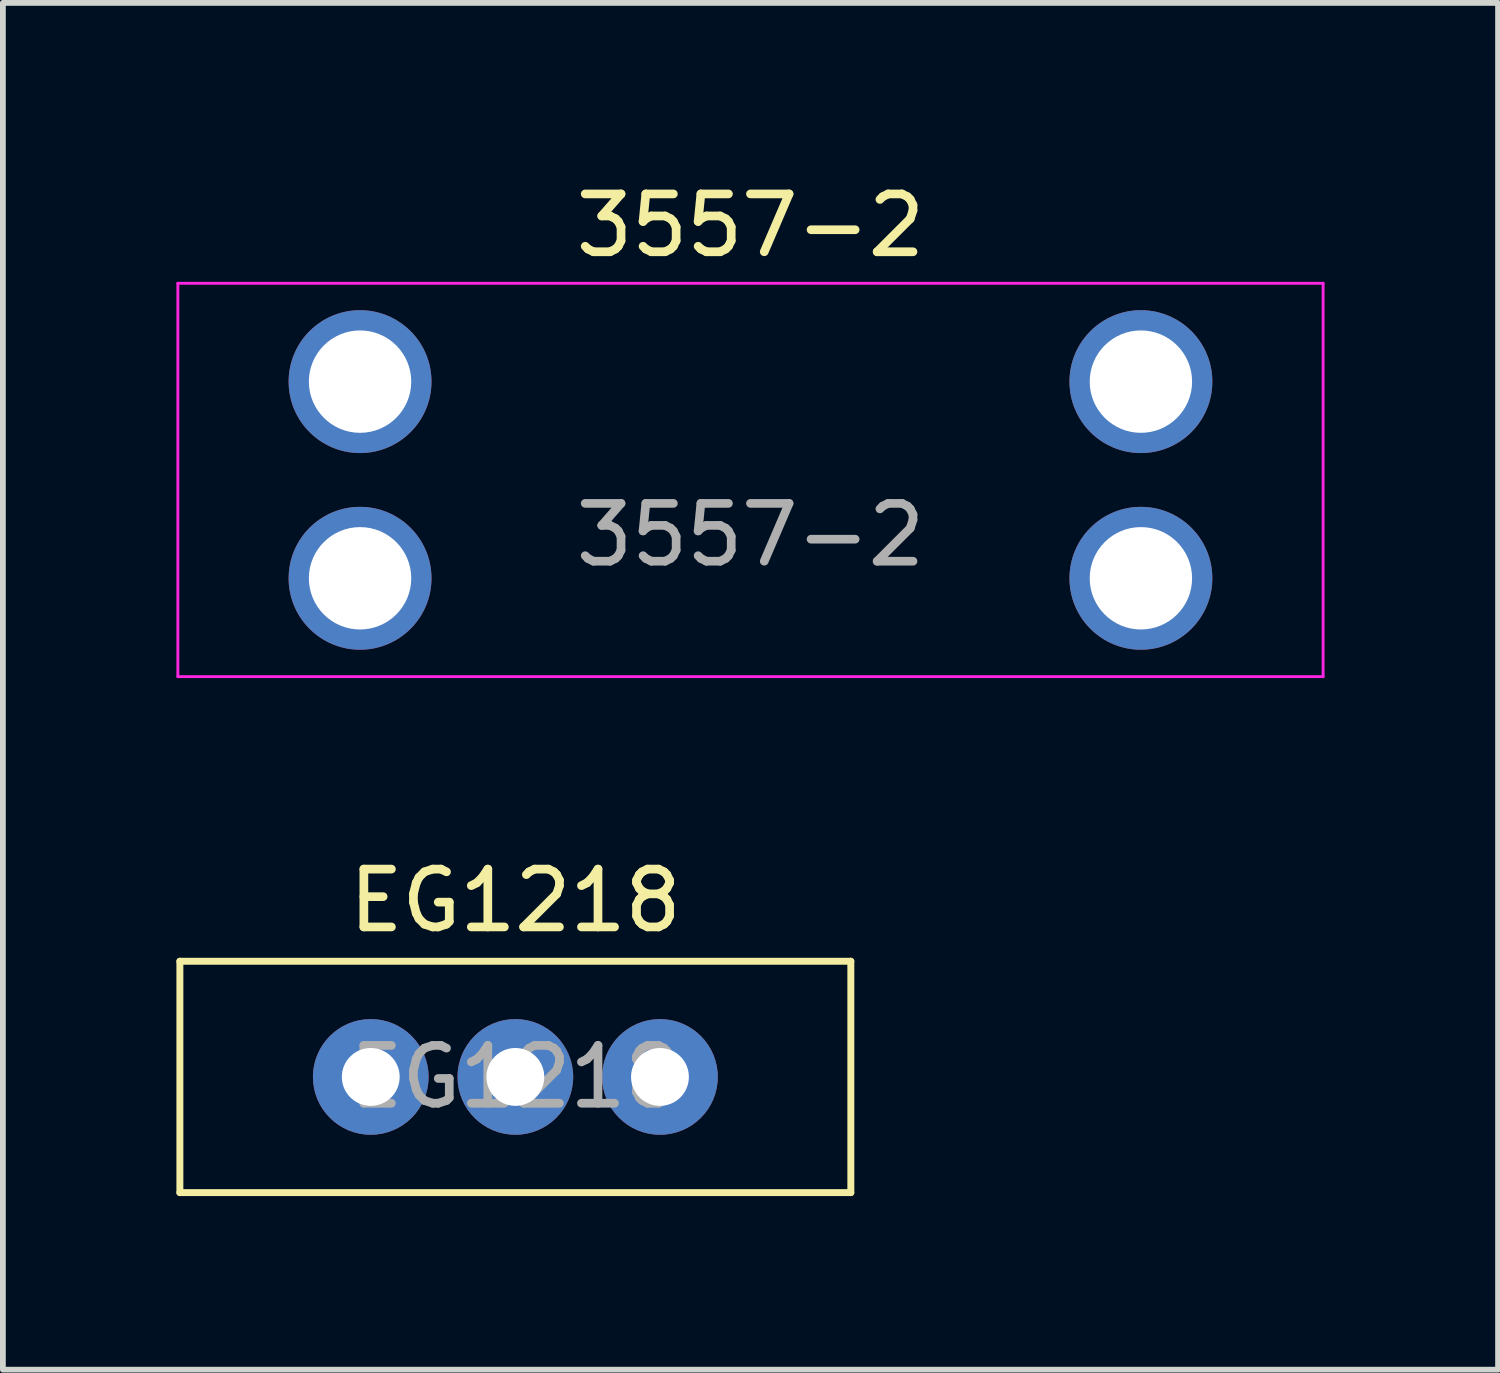
<source format=kicad_pcb>
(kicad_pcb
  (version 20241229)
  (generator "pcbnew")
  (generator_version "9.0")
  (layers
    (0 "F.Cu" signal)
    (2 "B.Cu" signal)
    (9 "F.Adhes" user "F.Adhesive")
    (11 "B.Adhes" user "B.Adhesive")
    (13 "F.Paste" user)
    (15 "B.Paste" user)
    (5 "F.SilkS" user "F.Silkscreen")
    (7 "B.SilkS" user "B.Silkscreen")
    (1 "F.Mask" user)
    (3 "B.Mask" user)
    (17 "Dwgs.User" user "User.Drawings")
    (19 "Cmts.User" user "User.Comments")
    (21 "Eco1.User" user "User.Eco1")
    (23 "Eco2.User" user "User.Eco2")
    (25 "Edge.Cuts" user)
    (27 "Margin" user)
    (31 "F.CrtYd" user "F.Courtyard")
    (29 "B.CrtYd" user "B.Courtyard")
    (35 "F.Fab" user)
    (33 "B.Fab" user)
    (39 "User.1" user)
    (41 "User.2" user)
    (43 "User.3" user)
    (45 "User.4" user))
  (footprint "3557-2"
    (layer "F.Cu")
    (at 9.925 5.248)
    (property "Reference" "3557-2" (at 0 -4.4 0) (unlocked yes) (layer "F.SilkS") (effects (font (size 1 1) (thickness 0.15))))
    (attr through_hole)
    (fp_line (start -9.9 -3.4) (end 9.9 -3.4) (stroke (width 0.05) (type solid)) (layer "F.CrtYd"))
    (fp_line (start -9.9 3.4) (end -9.9 -3.4) (stroke (width 0.05) (type solid)) (layer "F.CrtYd"))
    (fp_line (start 9.9 -3.4) (end 9.9 3.4) (stroke (width 0.05) (type solid)) (layer "F.CrtYd"))
    (fp_line (start 9.9 3.4) (end -9.9 3.4) (stroke (width 0.05) (type solid)) (layer "F.CrtYd"))
    (fp_text user "${REFERENCE}" (at 0 0.95 0) (unlocked yes) (layer "F.Fab") (effects (font (size 1 1) (thickness 0.15))))
    (pad "1" thru_hole circle (at -6.75 -1.7) (size 2.47 2.47) (drill 1.77) (layers "*.Cu" "*.Mask"))
    (pad "1" thru_hole circle (at -6.75 1.7) (size 2.47 2.47) (drill 1.77) (layers "*.Cu" "*.Mask"))
    (pad "2" thru_hole circle (at 6.75 -1.7) (size 2.47 2.47) (drill 1.77) (layers "*.Cu" "*.Mask"))
    (pad "2" thru_hole circle (at 6.75 1.7) (size 2.47 2.47) (drill 1.77) (layers "*.Cu" "*.Mask")))
  (footprint "EG1218"
    (layer "F.Cu")
    (at 5.86 15.569)
    (property "Reference" "EG1218" (at 0 -3.048 0) (unlocked yes) (layer "F.SilkS") (effects (font (size 1 1) (thickness 0.15))))
    (attr through_hole)
    (fp_line (start -5.8 -2) (end -5.8 2) (stroke (width 0.12) (type solid)) (layer "F.SilkS"))
    (fp_line (start -5.8 2) (end 5.8 2) (stroke (width 0.12) (type solid)) (layer "F.SilkS"))
    (fp_line (start 5.8 -2) (end -5.8 -2) (stroke (width 0.12) (type solid)) (layer "F.SilkS"))
    (fp_line (start 5.8 -2) (end 5.8 2) (stroke (width 0.12) (type solid)) (layer "F.SilkS"))
    (fp_text user "${REFERENCE}" (at 0 0 0) (unlocked yes) (layer "F.Fab") (effects (font (size 1 1) (thickness 0.15))))
    (pad "1" thru_hole circle (at -2.5 0) (size 2 2) (drill 1) (layers "*.Cu" "*.Mask"))
    (pad "2" thru_hole circle (at 0 0) (size 2 2) (drill 1) (layers "*.Cu" "*.Mask"))
    (pad "3" thru_hole circle (at 2.5 0) (size 2 2) (drill 1) (layers "*.Cu" "*.Mask")))
  (gr_rect
    (start -3 -3)
    (end 22.85 20.63)
    (stroke (width 0.1) (type default))
    (fill no)
    (layer "Edge.Cuts")))
</source>
